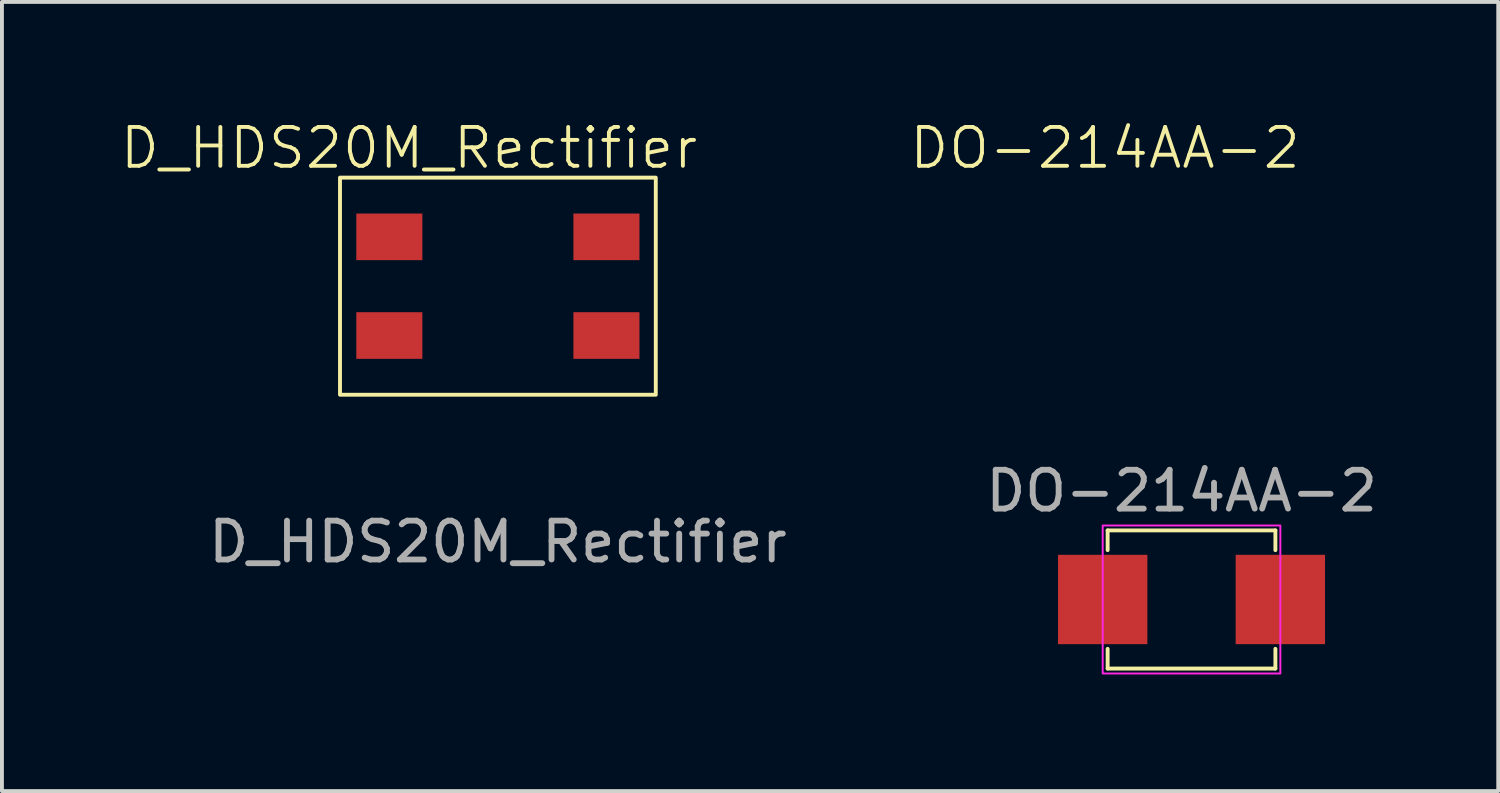
<source format=kicad_pcb>
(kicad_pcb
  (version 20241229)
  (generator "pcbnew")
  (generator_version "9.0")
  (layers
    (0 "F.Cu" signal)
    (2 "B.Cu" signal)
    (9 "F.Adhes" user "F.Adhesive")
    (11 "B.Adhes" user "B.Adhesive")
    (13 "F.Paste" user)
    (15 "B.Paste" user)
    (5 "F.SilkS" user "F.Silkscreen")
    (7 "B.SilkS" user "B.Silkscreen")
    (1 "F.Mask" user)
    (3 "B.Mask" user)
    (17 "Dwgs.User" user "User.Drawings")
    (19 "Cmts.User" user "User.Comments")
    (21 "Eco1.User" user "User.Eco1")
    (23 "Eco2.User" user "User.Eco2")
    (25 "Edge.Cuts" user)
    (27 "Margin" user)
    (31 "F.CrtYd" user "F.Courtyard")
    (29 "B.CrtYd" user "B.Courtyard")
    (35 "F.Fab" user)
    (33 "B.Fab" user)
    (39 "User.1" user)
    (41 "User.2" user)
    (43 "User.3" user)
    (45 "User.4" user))
  (footprint "DO-214AA-2"
    (layer "F.Cu")
    (at 25.332 12.38)
    (property "Reference" "DO-214AA-2" (at 0.06 -11.62 0) (unlocked yes) (layer "F.SilkS") (effects (font (size 1 1) (thickness 0.1))))
    (attr smd)
    (fp_line (start 0.127 -1.778) (end 4.445 -1.778) (stroke (width 0.1) (type default)) (layer "F.SilkS"))
    (fp_line (start 0.127 -1.27) (end 0.127 -1.778) (stroke (width 0.1) (type default)) (layer "F.SilkS"))
    (fp_line (start 0.127 1.778) (end 0.127 1.27) (stroke (width 0.1) (type default)) (layer "F.SilkS"))
    (fp_line (start 4.445 -1.778) (end 4.445 -1.27) (stroke (width 0.1) (type default)) (layer "F.SilkS"))
    (fp_line (start 4.445 1.27) (end 4.445 1.778) (stroke (width 0.1) (type default)) (layer "F.SilkS"))
    (fp_line (start 4.445 1.778) (end 0.127 1.778) (stroke (width 0.1) (type default)) (layer "F.SilkS"))
    (fp_rect (start 0 -1.905) (end 4.572 1.905) (stroke (width 0.05) (type default)) (fill no) (layer "F.CrtYd"))
    (fp_text user "${REFERENCE}" (at 2.032 -2.794 0) (unlocked yes) (layer "F.Fab") (effects (font (size 1 1) (thickness 0.15))))
    (pad "1" smd rect (at 0 0) (size 2.3 2.3) (layers "F.Cu" "F.Mask" "F.Paste"))
    (pad "2" smd rect (at 4.572 0) (size 2.3 2.3) (layers "F.Cu" "F.Mask" "F.Paste")))
  (footprint "D_HDS20M_Rectifier"
    (layer "F.Cu")
    (at 9.765 4.316)
    (property "Reference" "D_HDS20M_Rectifier" (at -2.286 -3.556 0) (unlocked yes) (layer "F.SilkS") (effects (font (size 1 1) (thickness 0.1))))
    (attr smd)
    (fp_rect (start -4.064 -2.794) (end 4.064 2.794) (stroke (width 0.1) (type default)) (fill no) (layer "F.SilkS"))
    (fp_text user "${REFERENCE}" (at 0 6.58 0) (unlocked yes) (layer "F.Fab") (effects (font (size 1 1) (thickness 0.15))))
    (pad "1" smd rect (at -2.794 -1.27) (size 1.7 1.2) (layers "F.Cu" "F.Mask" "F.Paste"))
    (pad "2" smd rect (at -2.794 1.27) (size 1.7 1.2) (layers "F.Cu" "F.Mask" "F.Paste"))
    (pad "3" smd rect (at 2.794 1.27) (size 1.7 1.2) (layers "F.Cu" "F.Mask" "F.Paste"))
    (pad "4" smd rect (at 2.794 -1.27) (size 1.7 1.2) (layers "F.Cu" "F.Mask" "F.Paste")))
  (gr_rect
    (start -3 -3)
    (end 35.513 17.311)
    (stroke (width 0.1) (type default))
    (fill no)
    (layer "Edge.Cuts")))
</source>
